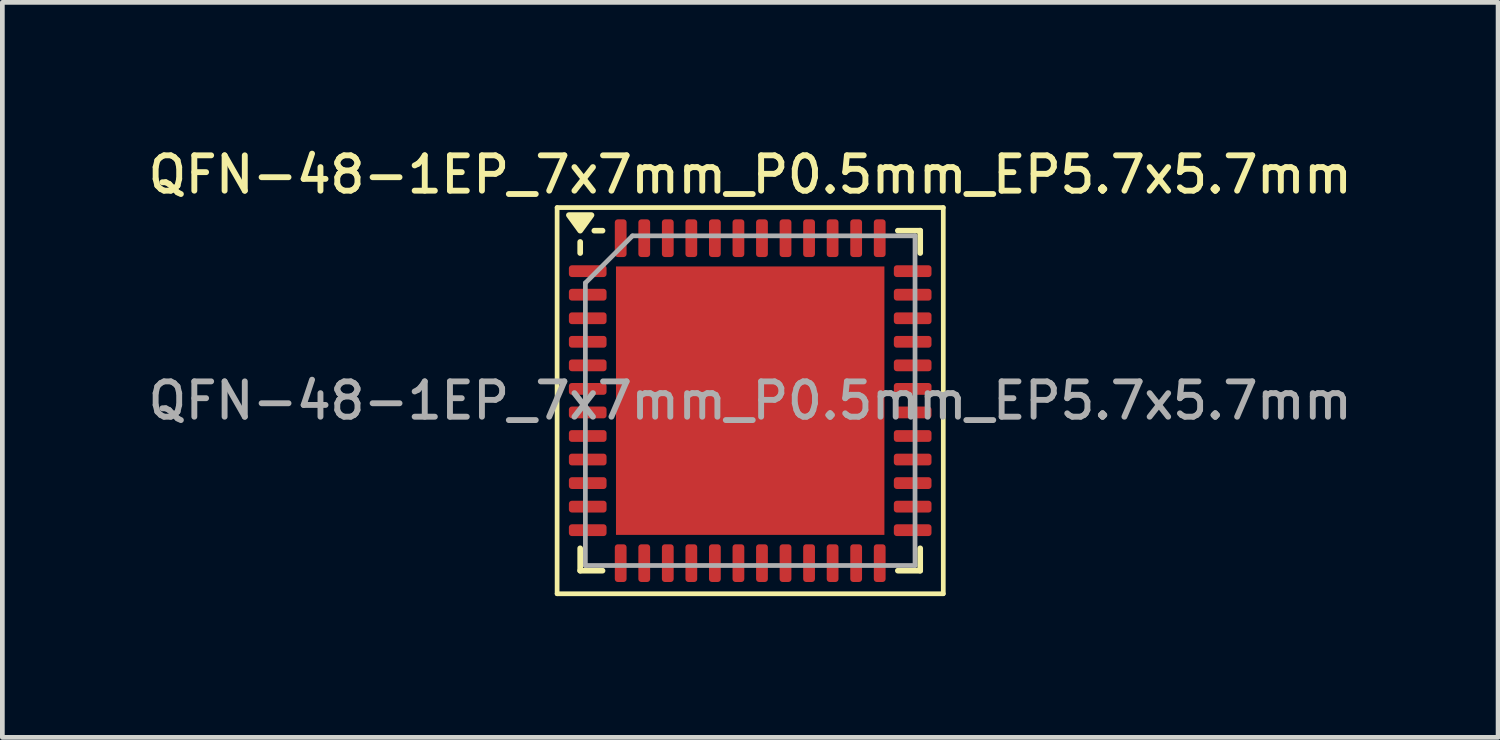
<source format=kicad_pcb>
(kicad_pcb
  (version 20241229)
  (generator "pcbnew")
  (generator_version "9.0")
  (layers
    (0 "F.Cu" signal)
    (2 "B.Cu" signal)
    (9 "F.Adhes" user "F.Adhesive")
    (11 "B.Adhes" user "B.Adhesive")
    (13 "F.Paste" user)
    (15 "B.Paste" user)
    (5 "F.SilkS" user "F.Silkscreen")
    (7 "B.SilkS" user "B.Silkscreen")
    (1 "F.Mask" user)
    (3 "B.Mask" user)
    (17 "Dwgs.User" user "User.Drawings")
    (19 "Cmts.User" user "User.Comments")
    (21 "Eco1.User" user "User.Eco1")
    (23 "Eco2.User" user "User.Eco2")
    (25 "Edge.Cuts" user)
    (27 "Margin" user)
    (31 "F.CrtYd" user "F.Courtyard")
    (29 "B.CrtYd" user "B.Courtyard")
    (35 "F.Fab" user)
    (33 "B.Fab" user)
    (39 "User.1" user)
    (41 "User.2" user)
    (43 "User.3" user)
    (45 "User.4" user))
  (footprint "QFN-48-1EP_7x7mm_P0.5mm_EP5.7x5.7mm"
    (layer "F.Cu")
    (at 12.88 5.458)
    (property "Reference" "QFN-48-1EP_7x7mm_P0.5mm_EP5.7x5.7mm" (at 0 -4.8 0) (layer "F.SilkS") (effects (font (size 0.75 0.75) (thickness 0.125))))
    (attr smd)
    (fp_line (start -4.1 -4.1) (end -4.1 4.1) (stroke (width 0.1) (type solid)) (layer "F.SilkS"))
    (fp_line (start -4.1 4.1) (end 4.1 4.1) (stroke (width 0.1) (type solid)) (layer "F.SilkS"))
    (fp_line (start -3.61 -3.135) (end -3.61 -3.37) (stroke (width 0.12) (type solid)) (layer "F.SilkS"))
    (fp_line (start -3.61 3.61) (end -3.61 3.135) (stroke (width 0.12) (type solid)) (layer "F.SilkS"))
    (fp_line (start -3.135 -3.61) (end -3.31 -3.61) (stroke (width 0.12) (type solid)) (layer "F.SilkS"))
    (fp_line (start -3.135 3.61) (end -3.61 3.61) (stroke (width 0.12) (type solid)) (layer "F.SilkS"))
    (fp_line (start 3.135 -3.61) (end 3.61 -3.61) (stroke (width 0.12) (type solid)) (layer "F.SilkS"))
    (fp_line (start 3.135 3.61) (end 3.61 3.61) (stroke (width 0.12) (type solid)) (layer "F.SilkS"))
    (fp_line (start 3.61 -3.61) (end 3.61 -3.135) (stroke (width 0.12) (type solid)) (layer "F.SilkS"))
    (fp_line (start 3.61 3.61) (end 3.61 3.135) (stroke (width 0.12) (type solid)) (layer "F.SilkS"))
    (fp_line (start 4.1 -4.1) (end -4.1 -4.1) (stroke (width 0.1) (type solid)) (layer "F.SilkS"))
    (fp_line (start 4.1 4.1) (end 4.1 -4.1) (stroke (width 0.1) (type solid)) (layer "F.SilkS"))
    (fp_poly (pts (xy -3.61 -3.61) (xy -3.85 -3.94) (xy -3.37 -3.94) (xy -3.61 -3.61)) (stroke (width 0.12) (type solid)) (fill yes) (layer "F.SilkS"))
    (fp_line (start -3.5 -2.5) (end -2.5 -3.5) (stroke (width 0.1) (type solid)) (layer "F.Fab"))
    (fp_line (start -3.5 3.5) (end -3.5 -2.5) (stroke (width 0.1) (type solid)) (layer "F.Fab"))
    (fp_line (start -2.5 -3.5) (end 3.5 -3.5) (stroke (width 0.1) (type solid)) (layer "F.Fab"))
    (fp_line (start 3.5 -3.5) (end 3.5 3.5) (stroke (width 0.1) (type solid)) (layer "F.Fab"))
    (fp_line (start 3.5 3.5) (end -3.5 3.5) (stroke (width 0.1) (type solid)) (layer "F.Fab"))
    (fp_text user "${REFERENCE}" (at 0 0 0) (layer "F.Fab") (effects (font (size 0.75 0.75) (thickness 0.125))))
    (pad "" smd roundrect (at -2.13 -2.13) (size 1.15 1.15) (layers "F.Paste") (roundrect_rratio 0.217))
    (pad "" smd roundrect (at -2.13 -0.71) (size 1.15 1.15) (layers "F.Paste") (roundrect_rratio 0.217))
    (pad "" smd roundrect (at -2.13 0.71) (size 1.15 1.15) (layers "F.Paste") (roundrect_rratio 0.217))
    (pad "" smd roundrect (at -2.13 2.13) (size 1.15 1.15) (layers "F.Paste") (roundrect_rratio 0.217))
    (pad "" smd roundrect (at -0.71 -2.13) (size 1.15 1.15) (layers "F.Paste") (roundrect_rratio 0.217))
    (pad "" smd roundrect (at -0.71 -0.71) (size 1.15 1.15) (layers "F.Paste") (roundrect_rratio 0.217))
    (pad "" smd roundrect (at -0.71 0.71) (size 1.15 1.15) (layers "F.Paste") (roundrect_rratio 0.217))
    (pad "" smd roundrect (at -0.71 2.13) (size 1.15 1.15) (layers "F.Paste") (roundrect_rratio 0.217))
    (pad "" smd roundrect (at 0.71 -2.13) (size 1.15 1.15) (layers "F.Paste") (roundrect_rratio 0.217))
    (pad "" smd roundrect (at 0.71 -0.71) (size 1.15 1.15) (layers "F.Paste") (roundrect_rratio 0.217))
    (pad "" smd roundrect (at 0.71 0.71) (size 1.15 1.15) (layers "F.Paste") (roundrect_rratio 0.217))
    (pad "" smd roundrect (at 0.71 2.13) (size 1.15 1.15) (layers "F.Paste") (roundrect_rratio 0.217))
    (pad "" smd roundrect (at 2.13 -2.13) (size 1.15 1.15) (layers "F.Paste") (roundrect_rratio 0.217))
    (pad "" smd roundrect (at 2.13 -0.71) (size 1.15 1.15) (layers "F.Paste") (roundrect_rratio 0.217))
    (pad "" smd roundrect (at 2.13 0.71) (size 1.15 1.15) (layers "F.Paste") (roundrect_rratio 0.217))
    (pad "" smd roundrect (at 2.13 2.13) (size 1.15 1.15) (layers "F.Paste") (roundrect_rratio 0.217))
    (pad "1" smd roundrect (at -3.45 -2.75) (size 0.8 0.25) (layers "F.Cu" "F.Mask" "F.Paste") (roundrect_rratio 0.25))
    (pad "2" smd roundrect (at -3.45 -2.25) (size 0.8 0.25) (layers "F.Cu" "F.Mask" "F.Paste") (roundrect_rratio 0.25))
    (pad "3" smd roundrect (at -3.45 -1.75) (size 0.8 0.25) (layers "F.Cu" "F.Mask" "F.Paste") (roundrect_rratio 0.25))
    (pad "4" smd roundrect (at -3.45 -1.25) (size 0.8 0.25) (layers "F.Cu" "F.Mask" "F.Paste") (roundrect_rratio 0.25))
    (pad "5" smd roundrect (at -3.45 -0.75) (size 0.8 0.25) (layers "F.Cu" "F.Mask" "F.Paste") (roundrect_rratio 0.25))
    (pad "6" smd roundrect (at -3.45 -0.25) (size 0.8 0.25) (layers "F.Cu" "F.Mask" "F.Paste") (roundrect_rratio 0.25))
    (pad "7" smd roundrect (at -3.45 0.25) (size 0.8 0.25) (layers "F.Cu" "F.Mask" "F.Paste") (roundrect_rratio 0.25))
    (pad "8" smd roundrect (at -3.45 0.75) (size 0.8 0.25) (layers "F.Cu" "F.Mask" "F.Paste") (roundrect_rratio 0.25))
    (pad "9" smd roundrect (at -3.45 1.25) (size 0.8 0.25) (layers "F.Cu" "F.Mask" "F.Paste") (roundrect_rratio 0.25))
    (pad "10" smd roundrect (at -3.45 1.75) (size 0.8 0.25) (layers "F.Cu" "F.Mask" "F.Paste") (roundrect_rratio 0.25))
    (pad "11" smd roundrect (at -3.45 2.25) (size 0.8 0.25) (layers "F.Cu" "F.Mask" "F.Paste") (roundrect_rratio 0.25))
    (pad "12" smd roundrect (at -3.45 2.75) (size 0.8 0.25) (layers "F.Cu" "F.Mask" "F.Paste") (roundrect_rratio 0.25))
    (pad "13" smd roundrect (at -2.75 3.45) (size 0.25 0.8) (layers "F.Cu" "F.Mask" "F.Paste") (roundrect_rratio 0.25))
    (pad "14" smd roundrect (at -2.25 3.45) (size 0.25 0.8) (layers "F.Cu" "F.Mask" "F.Paste") (roundrect_rratio 0.25))
    (pad "15" smd roundrect (at -1.75 3.45) (size 0.25 0.8) (layers "F.Cu" "F.Mask" "F.Paste") (roundrect_rratio 0.25))
    (pad "16" smd roundrect (at -1.25 3.45) (size 0.25 0.8) (layers "F.Cu" "F.Mask" "F.Paste") (roundrect_rratio 0.25))
    (pad "17" smd roundrect (at -0.75 3.45) (size 0.25 0.8) (layers "F.Cu" "F.Mask" "F.Paste") (roundrect_rratio 0.25))
    (pad "18" smd roundrect (at -0.25 3.45) (size 0.25 0.8) (layers "F.Cu" "F.Mask" "F.Paste") (roundrect_rratio 0.25))
    (pad "19" smd roundrect (at 0.25 3.45) (size 0.25 0.8) (layers "F.Cu" "F.Mask" "F.Paste") (roundrect_rratio 0.25))
    (pad "20" smd roundrect (at 0.75 3.45) (size 0.25 0.8) (layers "F.Cu" "F.Mask" "F.Paste") (roundrect_rratio 0.25))
    (pad "21" smd roundrect (at 1.25 3.45) (size 0.25 0.8) (layers "F.Cu" "F.Mask" "F.Paste") (roundrect_rratio 0.25))
    (pad "22" smd roundrect (at 1.75 3.45) (size 0.25 0.8) (layers "F.Cu" "F.Mask" "F.Paste") (roundrect_rratio 0.25))
    (pad "23" smd roundrect (at 2.25 3.45) (size 0.25 0.8) (layers "F.Cu" "F.Mask" "F.Paste") (roundrect_rratio 0.25))
    (pad "24" smd roundrect (at 2.75 3.45) (size 0.25 0.8) (layers "F.Cu" "F.Mask" "F.Paste") (roundrect_rratio 0.25))
    (pad "25" smd roundrect (at 3.45 2.75) (size 0.8 0.25) (layers "F.Cu" "F.Mask" "F.Paste") (roundrect_rratio 0.25))
    (pad "26" smd roundrect (at 3.45 2.25) (size 0.8 0.25) (layers "F.Cu" "F.Mask" "F.Paste") (roundrect_rratio 0.25))
    (pad "27" smd roundrect (at 3.45 1.75) (size 0.8 0.25) (layers "F.Cu" "F.Mask" "F.Paste") (roundrect_rratio 0.25))
    (pad "28" smd roundrect (at 3.45 1.25) (size 0.8 0.25) (layers "F.Cu" "F.Mask" "F.Paste") (roundrect_rratio 0.25))
    (pad "29" smd roundrect (at 3.45 0.75) (size 0.8 0.25) (layers "F.Cu" "F.Mask" "F.Paste") (roundrect_rratio 0.25))
    (pad "30" smd roundrect (at 3.45 0.25) (size 0.8 0.25) (layers "F.Cu" "F.Mask" "F.Paste") (roundrect_rratio 0.25))
    (pad "31" smd roundrect (at 3.45 -0.25) (size 0.8 0.25) (layers "F.Cu" "F.Mask" "F.Paste") (roundrect_rratio 0.25))
    (pad "32" smd roundrect (at 3.45 -0.75) (size 0.8 0.25) (layers "F.Cu" "F.Mask" "F.Paste") (roundrect_rratio 0.25))
    (pad "33" smd roundrect (at 3.45 -1.25) (size 0.8 0.25) (layers "F.Cu" "F.Mask" "F.Paste") (roundrect_rratio 0.25))
    (pad "34" smd roundrect (at 3.45 -1.75) (size 0.8 0.25) (layers "F.Cu" "F.Mask" "F.Paste") (roundrect_rratio 0.25))
    (pad "35" smd roundrect (at 3.45 -2.25) (size 0.8 0.25) (layers "F.Cu" "F.Mask" "F.Paste") (roundrect_rratio 0.25))
    (pad "36" smd roundrect (at 3.45 -2.75) (size 0.8 0.25) (layers "F.Cu" "F.Mask" "F.Paste") (roundrect_rratio 0.25))
    (pad "37" smd roundrect (at 2.75 -3.45) (size 0.25 0.8) (layers "F.Cu" "F.Mask" "F.Paste") (roundrect_rratio 0.25))
    (pad "38" smd roundrect (at 2.25 -3.45) (size 0.25 0.8) (layers "F.Cu" "F.Mask" "F.Paste") (roundrect_rratio 0.25))
    (pad "39" smd roundrect (at 1.75 -3.45) (size 0.25 0.8) (layers "F.Cu" "F.Mask" "F.Paste") (roundrect_rratio 0.25))
    (pad "40" smd roundrect (at 1.25 -3.45) (size 0.25 0.8) (layers "F.Cu" "F.Mask" "F.Paste") (roundrect_rratio 0.25))
    (pad "41" smd roundrect (at 0.75 -3.45) (size 0.25 0.8) (layers "F.Cu" "F.Mask" "F.Paste") (roundrect_rratio 0.25))
    (pad "42" smd roundrect (at 0.25 -3.45) (size 0.25 0.8) (layers "F.Cu" "F.Mask" "F.Paste") (roundrect_rratio 0.25))
    (pad "43" smd roundrect (at -0.25 -3.45) (size 0.25 0.8) (layers "F.Cu" "F.Mask" "F.Paste") (roundrect_rratio 0.25))
    (pad "44" smd roundrect (at -0.75 -3.45) (size 0.25 0.8) (layers "F.Cu" "F.Mask" "F.Paste") (roundrect_rratio 0.25))
    (pad "45" smd roundrect (at -1.25 -3.45) (size 0.25 0.8) (layers "F.Cu" "F.Mask" "F.Paste") (roundrect_rratio 0.25))
    (pad "46" smd roundrect (at -1.75 -3.45) (size 0.25 0.8) (layers "F.Cu" "F.Mask" "F.Paste") (roundrect_rratio 0.25))
    (pad "47" smd roundrect (at -2.25 -3.45) (size 0.25 0.8) (layers "F.Cu" "F.Mask" "F.Paste") (roundrect_rratio 0.25))
    (pad "48" smd roundrect (at -2.75 -3.45) (size 0.25 0.8) (layers "F.Cu" "F.Mask" "F.Paste") (roundrect_rratio 0.25))
    (pad "49" smd rect (at 0 0) (size 5.7 5.7) (property pad_prop_heatsink) (layers "F.Cu" "F.Mask")))
  (gr_rect
    (start -3 -3)
    (end 28.761 12.608)
    (stroke (width 0.1) (type default))
    (fill no)
    (layer "Edge.Cuts")))
</source>
